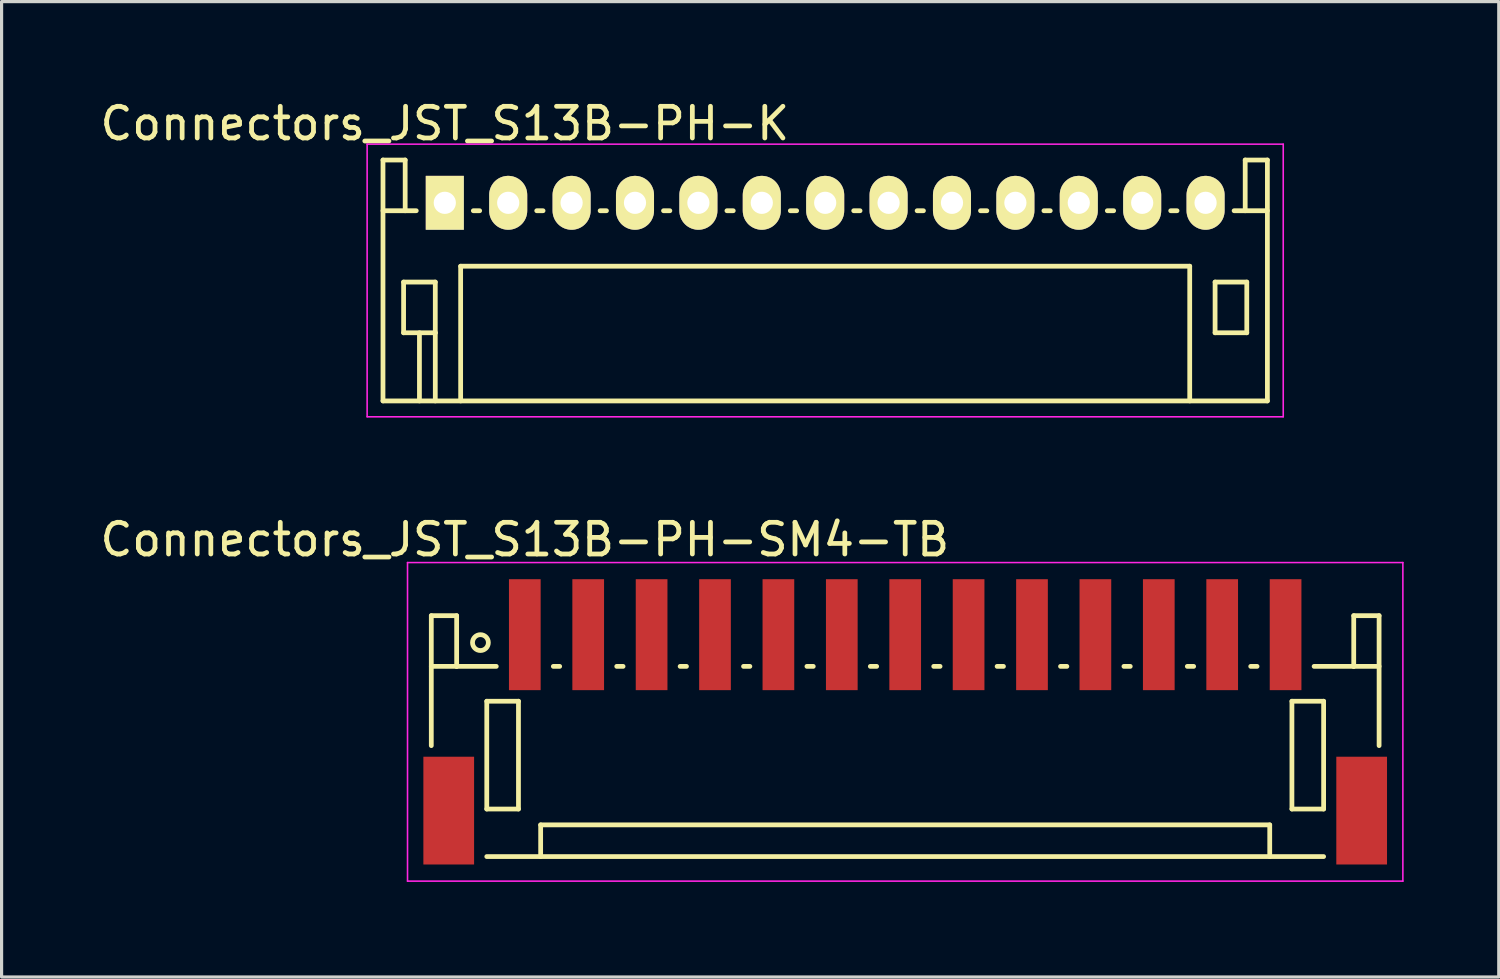
<source format=kicad_pcb>
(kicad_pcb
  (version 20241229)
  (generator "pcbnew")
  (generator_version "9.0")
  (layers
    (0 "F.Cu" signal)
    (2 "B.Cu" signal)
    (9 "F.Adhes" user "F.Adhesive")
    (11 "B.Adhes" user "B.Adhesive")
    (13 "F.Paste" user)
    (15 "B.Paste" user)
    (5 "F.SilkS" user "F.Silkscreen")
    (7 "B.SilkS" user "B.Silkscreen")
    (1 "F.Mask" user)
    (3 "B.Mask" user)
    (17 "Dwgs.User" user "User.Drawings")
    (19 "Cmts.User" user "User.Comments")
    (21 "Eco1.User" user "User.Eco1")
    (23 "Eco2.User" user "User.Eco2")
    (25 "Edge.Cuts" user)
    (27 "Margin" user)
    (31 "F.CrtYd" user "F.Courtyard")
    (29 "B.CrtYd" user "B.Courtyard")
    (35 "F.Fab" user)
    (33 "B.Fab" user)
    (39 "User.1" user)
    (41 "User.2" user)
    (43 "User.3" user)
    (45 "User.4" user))
  (footprint "Connectors_JST_S13B-PH-K"
    (layer "F.Cu")
    (at 10.982 3.348)
    (property "Reference" "Connectors_JST_S13B-PH-K" (at 0 -2.5 0) (layer "F.SilkS") (effects (font (size 1 1) (thickness 0.15))))
    (attr through_hole)
    (fp_line (start -1.95 -1.35) (end -1.95 6.25) (stroke (width 0.15) (type solid)) (layer "F.SilkS"))
    (fp_line (start -1.95 0.25) (end -1.25 0.25) (stroke (width 0.15) (type solid)) (layer "F.SilkS"))
    (fp_line (start -1.95 6.25) (end 25.95 6.25) (stroke (width 0.15) (type solid)) (layer "F.SilkS"))
    (fp_line (start -1.3 2.5) (end -1.3 4.1) (stroke (width 0.15) (type solid)) (layer "F.SilkS"))
    (fp_line (start -1.3 4.1) (end -0.3 4.1) (stroke (width 0.15) (type solid)) (layer "F.SilkS"))
    (fp_line (start -1.25 -1.35) (end -1.95 -1.35) (stroke (width 0.15) (type solid)) (layer "F.SilkS"))
    (fp_line (start -1.25 0.25) (end -1.25 -1.35) (stroke (width 0.15) (type solid)) (layer "F.SilkS"))
    (fp_line (start -0.9 0.25) (end -1.25 0.25) (stroke (width 0.15) (type solid)) (layer "F.SilkS"))
    (fp_line (start -0.8 4.1) (end -0.8 6.25) (stroke (width 0.15) (type solid)) (layer "F.SilkS"))
    (fp_line (start -0.3 2.5) (end -1.3 2.5) (stroke (width 0.15) (type solid)) (layer "F.SilkS"))
    (fp_line (start -0.3 4.1) (end -0.3 2.5) (stroke (width 0.15) (type solid)) (layer "F.SilkS"))
    (fp_line (start -0.3 4.1) (end -0.3 6.25) (stroke (width 0.15) (type solid)) (layer "F.SilkS"))
    (fp_line (start 0.5 2) (end 23.5 2) (stroke (width 0.15) (type solid)) (layer "F.SilkS"))
    (fp_line (start 0.5 6.25) (end 0.5 2) (stroke (width 0.15) (type solid)) (layer "F.SilkS"))
    (fp_line (start 0.9 0.25) (end 1.1 0.25) (stroke (width 0.15) (type solid)) (layer "F.SilkS"))
    (fp_line (start 2.9 0.25) (end 3.1 0.25) (stroke (width 0.15) (type solid)) (layer "F.SilkS"))
    (fp_line (start 4.9 0.25) (end 5.1 0.25) (stroke (width 0.15) (type solid)) (layer "F.SilkS"))
    (fp_line (start 6.9 0.25) (end 7.1 0.25) (stroke (width 0.15) (type solid)) (layer "F.SilkS"))
    (fp_line (start 8.9 0.25) (end 9.1 0.25) (stroke (width 0.15) (type solid)) (layer "F.SilkS"))
    (fp_line (start 10.9 0.25) (end 11.1 0.25) (stroke (width 0.15) (type solid)) (layer "F.SilkS"))
    (fp_line (start 12.9 0.25) (end 13.1 0.25) (stroke (width 0.15) (type solid)) (layer "F.SilkS"))
    (fp_line (start 14.9 0.25) (end 15.1 0.25) (stroke (width 0.15) (type solid)) (layer "F.SilkS"))
    (fp_line (start 16.9 0.25) (end 17.1 0.25) (stroke (width 0.15) (type solid)) (layer "F.SilkS"))
    (fp_line (start 18.9 0.25) (end 19.1 0.25) (stroke (width 0.15) (type solid)) (layer "F.SilkS"))
    (fp_line (start 20.9 0.25) (end 21.1 0.25) (stroke (width 0.15) (type solid)) (layer "F.SilkS"))
    (fp_line (start 22.9 0.25) (end 23.1 0.25) (stroke (width 0.15) (type solid)) (layer "F.SilkS"))
    (fp_line (start 23.5 2) (end 23.5 6.25) (stroke (width 0.15) (type solid)) (layer "F.SilkS"))
    (fp_line (start 24.3 2.5) (end 25.3 2.5) (stroke (width 0.15) (type solid)) (layer "F.SilkS"))
    (fp_line (start 24.3 4.1) (end 24.3 2.5) (stroke (width 0.15) (type solid)) (layer "F.SilkS"))
    (fp_line (start 25.25 -1.35) (end 25.25 0.25) (stroke (width 0.15) (type solid)) (layer "F.SilkS"))
    (fp_line (start 25.25 0.25) (end 24.9 0.25) (stroke (width 0.15) (type solid)) (layer "F.SilkS"))
    (fp_line (start 25.3 2.5) (end 25.3 4.1) (stroke (width 0.15) (type solid)) (layer "F.SilkS"))
    (fp_line (start 25.3 4.1) (end 24.3 4.1) (stroke (width 0.15) (type solid)) (layer "F.SilkS"))
    (fp_line (start 25.95 -1.35) (end 25.25 -1.35) (stroke (width 0.15) (type solid)) (layer "F.SilkS"))
    (fp_line (start 25.95 0.25) (end 25.25 0.25) (stroke (width 0.15) (type solid)) (layer "F.SilkS"))
    (fp_line (start 25.95 6.25) (end 25.95 -1.35) (stroke (width 0.15) (type solid)) (layer "F.SilkS"))
    (fp_line (start -2.45 -1.85) (end 26.45 -1.85) (stroke (width 0.05) (type solid)) (layer "F.CrtYd"))
    (fp_line (start -2.45 6.75) (end -2.45 -1.85) (stroke (width 0.05) (type solid)) (layer "F.CrtYd"))
    (fp_line (start 26.45 -1.85) (end 26.45 6.75) (stroke (width 0.05) (type solid)) (layer "F.CrtYd"))
    (fp_line (start 26.45 6.75) (end -2.45 6.75) (stroke (width 0.05) (type solid)) (layer "F.CrtYd"))
    (pad "1" thru_hole rect (at 0 0) (size 1.2 1.7) (drill 0.7) (layers "*.Cu" "*.Mask" "F.SilkS"))
    (pad "2" thru_hole oval (at 2 0) (size 1.2 1.7) (drill 0.7) (layers "*.Cu" "*.Mask" "F.SilkS"))
    (pad "3" thru_hole oval (at 4 0) (size 1.2 1.7) (drill 0.7) (layers "*.Cu" "*.Mask" "F.SilkS"))
    (pad "4" thru_hole oval (at 6 0) (size 1.2 1.7) (drill 0.7) (layers "*.Cu" "*.Mask" "F.SilkS"))
    (pad "5" thru_hole oval (at 8 0) (size 1.2 1.7) (drill 0.7) (layers "*.Cu" "*.Mask" "F.SilkS"))
    (pad "6" thru_hole oval (at 10 0) (size 1.2 1.7) (drill 0.7) (layers "*.Cu" "*.Mask" "F.SilkS"))
    (pad "7" thru_hole oval (at 12 0) (size 1.2 1.7) (drill 0.7) (layers "*.Cu" "*.Mask" "F.SilkS"))
    (pad "8" thru_hole oval (at 14 0) (size 1.2 1.7) (drill 0.7) (layers "*.Cu" "*.Mask" "F.SilkS"))
    (pad "9" thru_hole oval (at 16 0) (size 1.2 1.7) (drill 0.7) (layers "*.Cu" "*.Mask" "F.SilkS"))
    (pad "10" thru_hole oval (at 18 0) (size 1.2 1.7) (drill 0.7) (layers "*.Cu" "*.Mask" "F.SilkS"))
    (pad "11" thru_hole oval (at 20 0) (size 1.2 1.7) (drill 0.7) (layers "*.Cu" "*.Mask" "F.SilkS"))
    (pad "12" thru_hole oval (at 22 0) (size 1.2 1.7) (drill 0.7) (layers "*.Cu" "*.Mask" "F.SilkS"))
    (pad "13" thru_hole oval (at 24 0) (size 1.2 1.7) (drill 0.7) (layers "*.Cu" "*.Mask" "F.SilkS")))
  (footprint "Connectors_JST_S13B-PH-SM4-TB"
    (layer "F.Cu")
    (at 25.506 19.747)
    (property "Reference" "Connectors_JST_S13B-PH-SM4-TB" (at -12 -5.775 0) (layer "F.SilkS") (effects (font (size 1 1) (thickness 0.15))))
    (attr smd)
    (fp_line (start -14.95 -3.375) (end -14.95 0.725) (stroke (width 0.15) (type solid)) (layer "F.SilkS"))
    (fp_line (start -14.15 -3.375) (end -14.95 -3.375) (stroke (width 0.15) (type solid)) (layer "F.SilkS"))
    (fp_line (start -14.15 -1.775) (end -14.95 -1.775) (stroke (width 0.15) (type solid)) (layer "F.SilkS"))
    (fp_line (start -14.15 -1.775) (end -14.15 -3.375) (stroke (width 0.15) (type solid)) (layer "F.SilkS"))
    (fp_line (start -13.2 -0.675) (end -13.2 2.725) (stroke (width 0.15) (type solid)) (layer "F.SilkS"))
    (fp_line (start -13.2 2.725) (end -12.2 2.725) (stroke (width 0.15) (type solid)) (layer "F.SilkS"))
    (fp_line (start -13.2 4.225) (end 13.2 4.225) (stroke (width 0.15) (type solid)) (layer "F.SilkS"))
    (fp_line (start -12.9 -1.775) (end -14.15 -1.775) (stroke (width 0.15) (type solid)) (layer "F.SilkS"))
    (fp_line (start -12.2 -0.675) (end -13.2 -0.675) (stroke (width 0.15) (type solid)) (layer "F.SilkS"))
    (fp_line (start -12.2 2.725) (end -12.2 -0.675) (stroke (width 0.15) (type solid)) (layer "F.SilkS"))
    (fp_line (start -11.5 3.225) (end 11.5 3.225) (stroke (width 0.15) (type solid)) (layer "F.SilkS"))
    (fp_line (start -11.5 4.225) (end -11.5 3.225) (stroke (width 0.15) (type solid)) (layer "F.SilkS"))
    (fp_line (start -11.1 -1.775) (end -10.9 -1.775) (stroke (width 0.15) (type solid)) (layer "F.SilkS"))
    (fp_line (start -9.1 -1.775) (end -8.9 -1.775) (stroke (width 0.15) (type solid)) (layer "F.SilkS"))
    (fp_line (start -7.1 -1.775) (end -6.9 -1.775) (stroke (width 0.15) (type solid)) (layer "F.SilkS"))
    (fp_line (start -5.1 -1.775) (end -4.9 -1.775) (stroke (width 0.15) (type solid)) (layer "F.SilkS"))
    (fp_line (start -3.1 -1.775) (end -2.9 -1.775) (stroke (width 0.15) (type solid)) (layer "F.SilkS"))
    (fp_line (start -1.1 -1.775) (end -0.9 -1.775) (stroke (width 0.15) (type solid)) (layer "F.SilkS"))
    (fp_line (start 0.9 -1.775) (end 1.1 -1.775) (stroke (width 0.15) (type solid)) (layer "F.SilkS"))
    (fp_line (start 2.9 -1.775) (end 3.1 -1.775) (stroke (width 0.15) (type solid)) (layer "F.SilkS"))
    (fp_line (start 4.9 -1.775) (end 5.1 -1.775) (stroke (width 0.15) (type solid)) (layer "F.SilkS"))
    (fp_line (start 6.9 -1.775) (end 7.1 -1.775) (stroke (width 0.15) (type solid)) (layer "F.SilkS"))
    (fp_line (start 8.9 -1.775) (end 9.1 -1.775) (stroke (width 0.15) (type solid)) (layer "F.SilkS"))
    (fp_line (start 10.9 -1.775) (end 11.1 -1.775) (stroke (width 0.15) (type solid)) (layer "F.SilkS"))
    (fp_line (start 11.5 3.225) (end 11.5 4.225) (stroke (width 0.15) (type solid)) (layer "F.SilkS"))
    (fp_line (start 12.2 -0.675) (end 13.2 -0.675) (stroke (width 0.15) (type solid)) (layer "F.SilkS"))
    (fp_line (start 12.2 2.725) (end 12.2 -0.675) (stroke (width 0.15) (type solid)) (layer "F.SilkS"))
    (fp_line (start 12.9 -1.775) (end 14.15 -1.775) (stroke (width 0.15) (type solid)) (layer "F.SilkS"))
    (fp_line (start 13.2 -0.675) (end 13.2 2.725) (stroke (width 0.15) (type solid)) (layer "F.SilkS"))
    (fp_line (start 13.2 2.725) (end 12.2 2.725) (stroke (width 0.15) (type solid)) (layer "F.SilkS"))
    (fp_line (start 14.15 -3.375) (end 14.95 -3.375) (stroke (width 0.15) (type solid)) (layer "F.SilkS"))
    (fp_line (start 14.15 -1.775) (end 14.15 -3.375) (stroke (width 0.15) (type solid)) (layer "F.SilkS"))
    (fp_line (start 14.15 -1.775) (end 14.95 -1.775) (stroke (width 0.15) (type solid)) (layer "F.SilkS"))
    (fp_line (start 14.95 -3.375) (end 14.95 0.725) (stroke (width 0.15) (type solid)) (layer "F.SilkS"))
    (fp_circle (center -13.4 -2.525) (end -13.15 -2.525) (stroke (width 0.15) (type solid)) (fill no) (layer "F.SilkS"))
    (fp_line (start -15.7 -5.05) (end 15.7 -5.05) (stroke (width 0.05) (type solid)) (layer "F.CrtYd"))
    (fp_line (start -15.7 5) (end -15.7 -5.05) (stroke (width 0.05) (type solid)) (layer "F.CrtYd"))
    (fp_line (start 15.7 -5.05) (end 15.7 5) (stroke (width 0.05) (type solid)) (layer "F.CrtYd"))
    (fp_line (start 15.7 5) (end -15.7 5) (stroke (width 0.05) (type solid)) (layer "F.CrtYd"))
    (pad "" smd rect (at -14.4 2.775) (size 1.6 3.4) (layers "F.Cu" "F.Mask" "F.Paste"))
    (pad "" smd rect (at 14.4 2.775) (size 1.6 3.4) (layers "F.Cu" "F.Mask" "F.Paste"))
    (pad "1" smd rect (at -12 -2.775) (size 1 3.5) (layers "F.Cu" "F.Mask" "F.Paste"))
    (pad "2" smd rect (at -10 -2.775) (size 1 3.5) (layers "F.Cu" "F.Mask" "F.Paste"))
    (pad "3" smd rect (at -8 -2.775) (size 1 3.5) (layers "F.Cu" "F.Mask" "F.Paste"))
    (pad "4" smd rect (at -6 -2.775) (size 1 3.5) (layers "F.Cu" "F.Mask" "F.Paste"))
    (pad "5" smd rect (at -4 -2.775) (size 1 3.5) (layers "F.Cu" "F.Mask" "F.Paste"))
    (pad "6" smd rect (at -2 -2.775) (size 1 3.5) (layers "F.Cu" "F.Mask" "F.Paste"))
    (pad "7" smd rect (at 0 -2.775) (size 1 3.5) (layers "F.Cu" "F.Mask" "F.Paste"))
    (pad "8" smd rect (at 2 -2.775) (size 1 3.5) (layers "F.Cu" "F.Mask" "F.Paste"))
    (pad "9" smd rect (at 4 -2.775) (size 1 3.5) (layers "F.Cu" "F.Mask" "F.Paste"))
    (pad "10" smd rect (at 6 -2.775) (size 1 3.5) (layers "F.Cu" "F.Mask" "F.Paste"))
    (pad "11" smd rect (at 8 -2.775) (size 1 3.5) (layers "F.Cu" "F.Mask" "F.Paste"))
    (pad "12" smd rect (at 10 -2.775) (size 1 3.5) (layers "F.Cu" "F.Mask" "F.Paste"))
    (pad "13" smd rect (at 12 -2.775) (size 1 3.5) (layers "F.Cu" "F.Mask" "F.Paste")))
  (gr_rect
    (start -3 -3)
    (end 44.231 27.771)
    (stroke (width 0.1) (type default))
    (fill no)
    (layer "Edge.Cuts")))
</source>
